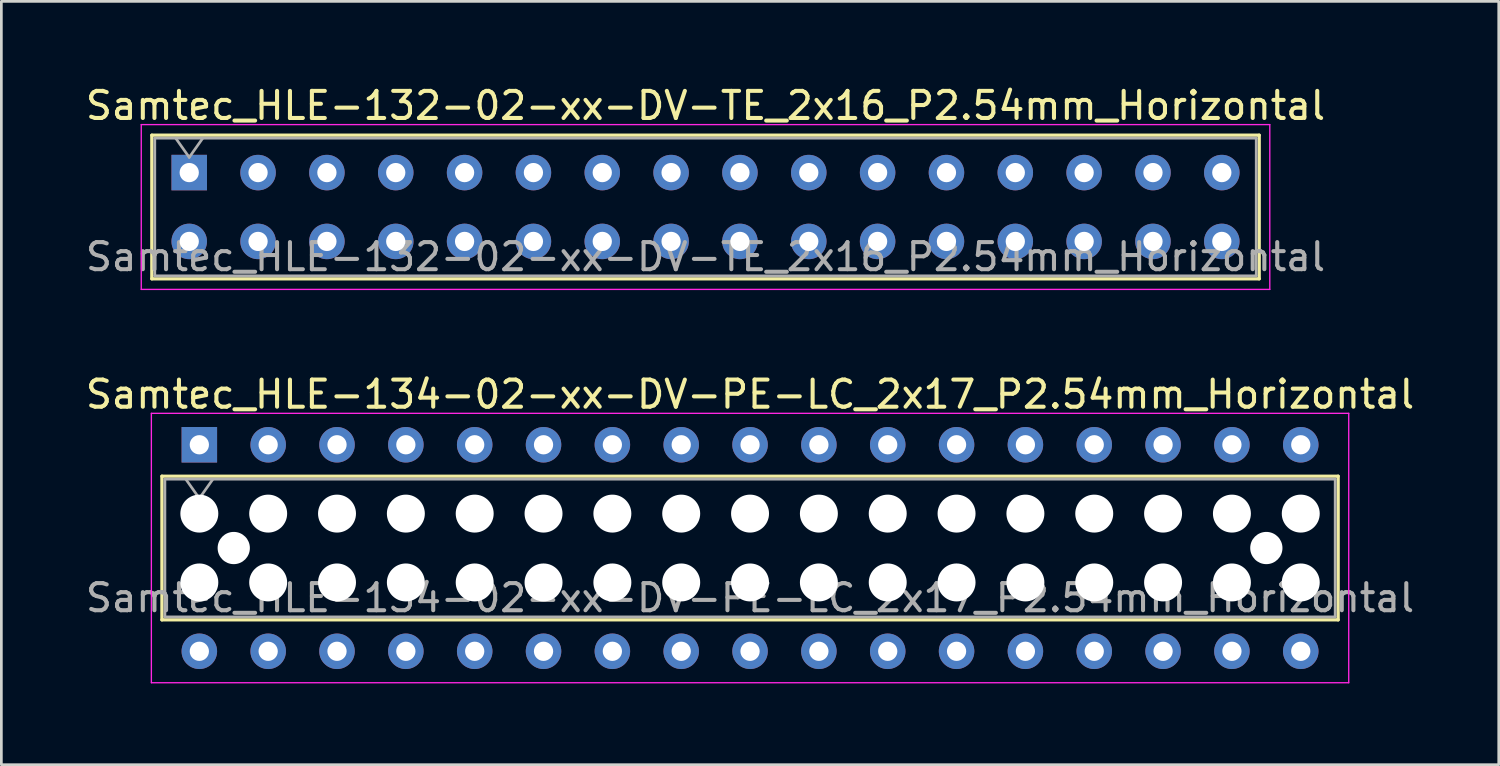
<source format=kicad_pcb>
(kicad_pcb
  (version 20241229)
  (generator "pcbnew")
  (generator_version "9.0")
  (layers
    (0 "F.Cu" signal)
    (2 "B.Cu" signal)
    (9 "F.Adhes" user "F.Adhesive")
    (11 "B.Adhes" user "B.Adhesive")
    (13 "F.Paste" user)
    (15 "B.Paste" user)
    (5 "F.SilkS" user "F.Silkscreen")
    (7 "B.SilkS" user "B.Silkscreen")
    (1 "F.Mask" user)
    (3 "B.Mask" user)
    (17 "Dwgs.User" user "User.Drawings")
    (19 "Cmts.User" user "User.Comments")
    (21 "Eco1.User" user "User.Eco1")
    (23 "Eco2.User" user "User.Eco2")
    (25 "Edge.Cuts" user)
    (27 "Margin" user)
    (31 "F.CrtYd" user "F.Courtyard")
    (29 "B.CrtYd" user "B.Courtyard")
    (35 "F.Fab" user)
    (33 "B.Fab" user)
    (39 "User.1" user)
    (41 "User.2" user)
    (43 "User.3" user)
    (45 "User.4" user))
  (footprint "Samtec_HLE-132-02-xx-DV-TE_2x16_P2.54mm_Horizontal"
    (layer "F.Cu")
    (at 3.932 3.318)
    (property "Reference" "Samtec_HLE-132-02-xx-DV-TE_2x16_P2.54mm_Horizontal" (at 19.05 -2.47 0) (layer "F.SilkS") (effects (font (size 1 1) (thickness 0.15))))
    (attr through_hole)
    (fp_line (start -1.38 -1.38) (end 39.48 -1.38) (stroke (width 0.12) (type solid)) (layer "F.SilkS"))
    (fp_line (start -1.38 3.92) (end -1.38 -1.38) (stroke (width 0.12) (type solid)) (layer "F.SilkS"))
    (fp_line (start 39.48 -1.38) (end 39.48 3.92) (stroke (width 0.12) (type solid)) (layer "F.SilkS"))
    (fp_line (start 39.48 3.92) (end -1.38 3.92) (stroke (width 0.12) (type solid)) (layer "F.SilkS"))
    (fp_line (start -1.77 -1.77) (end 39.87 -1.77) (stroke (width 0.05) (type solid)) (layer "F.CrtYd"))
    (fp_line (start -1.77 4.31) (end -1.77 -1.77) (stroke (width 0.05) (type solid)) (layer "F.CrtYd"))
    (fp_line (start 39.87 -1.77) (end 39.87 4.31) (stroke (width 0.05) (type solid)) (layer "F.CrtYd"))
    (fp_line (start 39.87 4.31) (end -1.77 4.31) (stroke (width 0.05) (type solid)) (layer "F.CrtYd"))
    (fp_line (start -1.27 -1.27) (end 39.37 -1.27) (stroke (width 0.1) (type solid)) (layer "F.Fab"))
    (fp_line (start -1.27 3.81) (end -1.27 -1.27) (stroke (width 0.1) (type solid)) (layer "F.Fab"))
    (fp_line (start -0.5 -1.27) (end 0 -0.563) (stroke (width 0.1) (type solid)) (layer "F.Fab"))
    (fp_line (start 0 -0.563) (end 0.5 -1.27) (stroke (width 0.1) (type solid)) (layer "F.Fab"))
    (fp_line (start 39.37 -1.27) (end 39.37 3.81) (stroke (width 0.1) (type solid)) (layer "F.Fab"))
    (fp_line (start 39.37 3.81) (end -1.27 3.81) (stroke (width 0.1) (type solid)) (layer "F.Fab"))
    (fp_text user "${REFERENCE}" (at 19.05 3.11 0) (layer "F.Fab") (effects (font (size 1 1) (thickness 0.15))))
    (pad "1" thru_hole rect (at 0 0) (size 1.31 1.31) (drill 0.71) (layers "*.Cu" "*.Mask"))
    (pad "2" thru_hole circle (at 0 2.54) (size 1.31 1.31) (drill 0.71) (layers "*.Cu" "*.Mask"))
    (pad "3" thru_hole circle (at 2.54 0) (size 1.31 1.31) (drill 0.71) (layers "*.Cu" "*.Mask"))
    (pad "4" thru_hole circle (at 2.54 2.54) (size 1.31 1.31) (drill 0.71) (layers "*.Cu" "*.Mask"))
    (pad "5" thru_hole circle (at 5.08 0) (size 1.31 1.31) (drill 0.71) (layers "*.Cu" "*.Mask"))
    (pad "6" thru_hole circle (at 5.08 2.54) (size 1.31 1.31) (drill 0.71) (layers "*.Cu" "*.Mask"))
    (pad "7" thru_hole circle (at 7.62 0) (size 1.31 1.31) (drill 0.71) (layers "*.Cu" "*.Mask"))
    (pad "8" thru_hole circle (at 7.62 2.54) (size 1.31 1.31) (drill 0.71) (layers "*.Cu" "*.Mask"))
    (pad "9" thru_hole circle (at 10.16 0) (size 1.31 1.31) (drill 0.71) (layers "*.Cu" "*.Mask"))
    (pad "10" thru_hole circle (at 10.16 2.54) (size 1.31 1.31) (drill 0.71) (layers "*.Cu" "*.Mask"))
    (pad "11" thru_hole circle (at 12.7 0) (size 1.31 1.31) (drill 0.71) (layers "*.Cu" "*.Mask"))
    (pad "12" thru_hole circle (at 12.7 2.54) (size 1.31 1.31) (drill 0.71) (layers "*.Cu" "*.Mask"))
    (pad "13" thru_hole circle (at 15.24 0) (size 1.31 1.31) (drill 0.71) (layers "*.Cu" "*.Mask"))
    (pad "14" thru_hole circle (at 15.24 2.54) (size 1.31 1.31) (drill 0.71) (layers "*.Cu" "*.Mask"))
    (pad "15" thru_hole circle (at 17.78 0) (size 1.31 1.31) (drill 0.71) (layers "*.Cu" "*.Mask"))
    (pad "16" thru_hole circle (at 17.78 2.54) (size 1.31 1.31) (drill 0.71) (layers "*.Cu" "*.Mask"))
    (pad "17" thru_hole circle (at 20.32 0) (size 1.31 1.31) (drill 0.71) (layers "*.Cu" "*.Mask"))
    (pad "18" thru_hole circle (at 20.32 2.54) (size 1.31 1.31) (drill 0.71) (layers "*.Cu" "*.Mask"))
    (pad "19" thru_hole circle (at 22.86 0) (size 1.31 1.31) (drill 0.71) (layers "*.Cu" "*.Mask"))
    (pad "20" thru_hole circle (at 22.86 2.54) (size 1.31 1.31) (drill 0.71) (layers "*.Cu" "*.Mask"))
    (pad "21" thru_hole circle (at 25.4 0) (size 1.31 1.31) (drill 0.71) (layers "*.Cu" "*.Mask"))
    (pad "22" thru_hole circle (at 25.4 2.54) (size 1.31 1.31) (drill 0.71) (layers "*.Cu" "*.Mask"))
    (pad "23" thru_hole circle (at 27.94 0) (size 1.31 1.31) (drill 0.71) (layers "*.Cu" "*.Mask"))
    (pad "24" thru_hole circle (at 27.94 2.54) (size 1.31 1.31) (drill 0.71) (layers "*.Cu" "*.Mask"))
    (pad "25" thru_hole circle (at 30.48 0) (size 1.31 1.31) (drill 0.71) (layers "*.Cu" "*.Mask"))
    (pad "26" thru_hole circle (at 30.48 2.54) (size 1.31 1.31) (drill 0.71) (layers "*.Cu" "*.Mask"))
    (pad "27" thru_hole circle (at 33.02 0) (size 1.31 1.31) (drill 0.71) (layers "*.Cu" "*.Mask"))
    (pad "28" thru_hole circle (at 33.02 2.54) (size 1.31 1.31) (drill 0.71) (layers "*.Cu" "*.Mask"))
    (pad "29" thru_hole circle (at 35.56 0) (size 1.31 1.31) (drill 0.71) (layers "*.Cu" "*.Mask"))
    (pad "30" thru_hole circle (at 35.56 2.54) (size 1.31 1.31) (drill 0.71) (layers "*.Cu" "*.Mask"))
    (pad "31" thru_hole circle (at 38.1 0) (size 1.31 1.31) (drill 0.71) (layers "*.Cu" "*.Mask"))
    (pad "32" thru_hole circle (at 38.1 2.54) (size 1.31 1.31) (drill 0.71) (layers "*.Cu" "*.Mask")))
  (footprint "Samtec_HLE-134-02-xx-DV-PE-LC_2x17_P2.54mm_Horizontal"
    (layer "F.Cu")
    (at 4.305 13.361)
    (property "Reference" "Samtec_HLE-134-02-xx-DV-PE-LC_2x17_P2.54mm_Horizontal" (at 20.32 -1.86 0) (layer "F.SilkS") (effects (font (size 1 1) (thickness 0.15))))
    (attr through_hole)
    (fp_line (start -1.38 1.16) (end 42.02 1.16) (stroke (width 0.12) (type solid)) (layer "F.SilkS"))
    (fp_line (start -1.38 6.46) (end -1.38 1.16) (stroke (width 0.12) (type solid)) (layer "F.SilkS"))
    (fp_line (start 42.02 1.16) (end 42.02 6.46) (stroke (width 0.12) (type solid)) (layer "F.SilkS"))
    (fp_line (start 42.02 6.46) (end -1.38 6.46) (stroke (width 0.12) (type solid)) (layer "F.SilkS"))
    (fp_line (start -1.77 -1.16) (end 42.41 -1.16) (stroke (width 0.05) (type solid)) (layer "F.CrtYd"))
    (fp_line (start -1.77 8.78) (end -1.77 -1.16) (stroke (width 0.05) (type solid)) (layer "F.CrtYd"))
    (fp_line (start 42.41 -1.16) (end 42.41 8.78) (stroke (width 0.05) (type solid)) (layer "F.CrtYd"))
    (fp_line (start 42.41 8.78) (end -1.77 8.78) (stroke (width 0.05) (type solid)) (layer "F.CrtYd"))
    (fp_line (start -1.27 1.27) (end 41.91 1.27) (stroke (width 0.1) (type solid)) (layer "F.Fab"))
    (fp_line (start -1.27 6.35) (end -1.27 1.27) (stroke (width 0.1) (type solid)) (layer "F.Fab"))
    (fp_line (start -0.5 1.27) (end 0 1.977) (stroke (width 0.1) (type solid)) (layer "F.Fab"))
    (fp_line (start 0 1.977) (end 0.5 1.27) (stroke (width 0.1) (type solid)) (layer "F.Fab"))
    (fp_line (start 41.91 1.27) (end 41.91 6.35) (stroke (width 0.1) (type solid)) (layer "F.Fab"))
    (fp_line (start 41.91 6.35) (end -1.27 6.35) (stroke (width 0.1) (type solid)) (layer "F.Fab"))
    (fp_text user "${REFERENCE}" (at 20.32 5.65 0) (layer "F.Fab") (effects (font (size 1 1) (thickness 0.15))))
    (pad "" np_thru_hole circle (at 0 2.54) (size 1.4 1.4) (drill 1.4) (layers "*.Cu" "*.Mask"))
    (pad "" np_thru_hole circle (at 0 5.08) (size 1.4 1.4) (drill 1.4) (layers "*.Cu" "*.Mask"))
    (pad "" np_thru_hole circle (at 1.27 3.81) (size 1.19 1.19) (drill 1.19) (layers "*.Cu" "*.Mask"))
    (pad "" np_thru_hole circle (at 2.54 2.54) (size 1.4 1.4) (drill 1.4) (layers "*.Cu" "*.Mask"))
    (pad "" np_thru_hole circle (at 2.54 5.08) (size 1.4 1.4) (drill 1.4) (layers "*.Cu" "*.Mask"))
    (pad "" np_thru_hole circle (at 5.08 2.54) (size 1.4 1.4) (drill 1.4) (layers "*.Cu" "*.Mask"))
    (pad "" np_thru_hole circle (at 5.08 5.08) (size 1.4 1.4) (drill 1.4) (layers "*.Cu" "*.Mask"))
    (pad "" np_thru_hole circle (at 7.62 2.54) (size 1.4 1.4) (drill 1.4) (layers "*.Cu" "*.Mask"))
    (pad "" np_thru_hole circle (at 7.62 5.08) (size 1.4 1.4) (drill 1.4) (layers "*.Cu" "*.Mask"))
    (pad "" np_thru_hole circle (at 10.16 2.54) (size 1.4 1.4) (drill 1.4) (layers "*.Cu" "*.Mask"))
    (pad "" np_thru_hole circle (at 10.16 5.08) (size 1.4 1.4) (drill 1.4) (layers "*.Cu" "*.Mask"))
    (pad "" np_thru_hole circle (at 12.7 2.54) (size 1.4 1.4) (drill 1.4) (layers "*.Cu" "*.Mask"))
    (pad "" np_thru_hole circle (at 12.7 5.08) (size 1.4 1.4) (drill 1.4) (layers "*.Cu" "*.Mask"))
    (pad "" np_thru_hole circle (at 15.24 2.54) (size 1.4 1.4) (drill 1.4) (layers "*.Cu" "*.Mask"))
    (pad "" np_thru_hole circle (at 15.24 5.08) (size 1.4 1.4) (drill 1.4) (layers "*.Cu" "*.Mask"))
    (pad "" np_thru_hole circle (at 17.78 2.54) (size 1.4 1.4) (drill 1.4) (layers "*.Cu" "*.Mask"))
    (pad "" np_thru_hole circle (at 17.78 5.08) (size 1.4 1.4) (drill 1.4) (layers "*.Cu" "*.Mask"))
    (pad "" np_thru_hole circle (at 20.32 2.54) (size 1.4 1.4) (drill 1.4) (layers "*.Cu" "*.Mask"))
    (pad "" np_thru_hole circle (at 20.32 5.08) (size 1.4 1.4) (drill 1.4) (layers "*.Cu" "*.Mask"))
    (pad "" np_thru_hole circle (at 22.86 2.54) (size 1.4 1.4) (drill 1.4) (layers "*.Cu" "*.Mask"))
    (pad "" np_thru_hole circle (at 22.86 5.08) (size 1.4 1.4) (drill 1.4) (layers "*.Cu" "*.Mask"))
    (pad "" np_thru_hole circle (at 25.4 2.54) (size 1.4 1.4) (drill 1.4) (layers "*.Cu" "*.Mask"))
    (pad "" np_thru_hole circle (at 25.4 5.08) (size 1.4 1.4) (drill 1.4) (layers "*.Cu" "*.Mask"))
    (pad "" np_thru_hole circle (at 27.94 2.54) (size 1.4 1.4) (drill 1.4) (layers "*.Cu" "*.Mask"))
    (pad "" np_thru_hole circle (at 27.94 5.08) (size 1.4 1.4) (drill 1.4) (layers "*.Cu" "*.Mask"))
    (pad "" np_thru_hole circle (at 30.48 2.54) (size 1.4 1.4) (drill 1.4) (layers "*.Cu" "*.Mask"))
    (pad "" np_thru_hole circle (at 30.48 5.08) (size 1.4 1.4) (drill 1.4) (layers "*.Cu" "*.Mask"))
    (pad "" np_thru_hole circle (at 33.02 2.54) (size 1.4 1.4) (drill 1.4) (layers "*.Cu" "*.Mask"))
    (pad "" np_thru_hole circle (at 33.02 5.08) (size 1.4 1.4) (drill 1.4) (layers "*.Cu" "*.Mask"))
    (pad "" np_thru_hole circle (at 35.56 2.54) (size 1.4 1.4) (drill 1.4) (layers "*.Cu" "*.Mask"))
    (pad "" np_thru_hole circle (at 35.56 5.08) (size 1.4 1.4) (drill 1.4) (layers "*.Cu" "*.Mask"))
    (pad "" np_thru_hole circle (at 38.1 2.54) (size 1.4 1.4) (drill 1.4) (layers "*.Cu" "*.Mask"))
    (pad "" np_thru_hole circle (at 38.1 5.08) (size 1.4 1.4) (drill 1.4) (layers "*.Cu" "*.Mask"))
    (pad "" np_thru_hole circle (at 39.37 3.81) (size 1.19 1.19) (drill 1.19) (layers "*.Cu" "*.Mask"))
    (pad "" np_thru_hole circle (at 40.64 2.54) (size 1.4 1.4) (drill 1.4) (layers "*.Cu" "*.Mask"))
    (pad "" np_thru_hole circle (at 40.64 5.08) (size 1.4 1.4) (drill 1.4) (layers "*.Cu" "*.Mask"))
    (pad "1" thru_hole rect (at 0 0) (size 1.31 1.31) (drill 0.71) (layers "*.Cu" "*.Mask"))
    (pad "2" thru_hole circle (at 0 7.62) (size 1.31 1.31) (drill 0.71) (layers "*.Cu" "*.Mask"))
    (pad "3" thru_hole circle (at 2.54 0) (size 1.31 1.31) (drill 0.71) (layers "*.Cu" "*.Mask"))
    (pad "4" thru_hole circle (at 2.54 7.62) (size 1.31 1.31) (drill 0.71) (layers "*.Cu" "*.Mask"))
    (pad "5" thru_hole circle (at 5.08 0) (size 1.31 1.31) (drill 0.71) (layers "*.Cu" "*.Mask"))
    (pad "6" thru_hole circle (at 5.08 7.62) (size 1.31 1.31) (drill 0.71) (layers "*.Cu" "*.Mask"))
    (pad "7" thru_hole circle (at 7.62 0) (size 1.31 1.31) (drill 0.71) (layers "*.Cu" "*.Mask"))
    (pad "8" thru_hole circle (at 7.62 7.62) (size 1.31 1.31) (drill 0.71) (layers "*.Cu" "*.Mask"))
    (pad "9" thru_hole circle (at 10.16 0) (size 1.31 1.31) (drill 0.71) (layers "*.Cu" "*.Mask"))
    (pad "10" thru_hole circle (at 10.16 7.62) (size 1.31 1.31) (drill 0.71) (layers "*.Cu" "*.Mask"))
    (pad "11" thru_hole circle (at 12.7 0) (size 1.31 1.31) (drill 0.71) (layers "*.Cu" "*.Mask"))
    (pad "12" thru_hole circle (at 12.7 7.62) (size 1.31 1.31) (drill 0.71) (layers "*.Cu" "*.Mask"))
    (pad "13" thru_hole circle (at 15.24 0) (size 1.31 1.31) (drill 0.71) (layers "*.Cu" "*.Mask"))
    (pad "14" thru_hole circle (at 15.24 7.62) (size 1.31 1.31) (drill 0.71) (layers "*.Cu" "*.Mask"))
    (pad "15" thru_hole circle (at 17.78 0) (size 1.31 1.31) (drill 0.71) (layers "*.Cu" "*.Mask"))
    (pad "16" thru_hole circle (at 17.78 7.62) (size 1.31 1.31) (drill 0.71) (layers "*.Cu" "*.Mask"))
    (pad "17" thru_hole circle (at 20.32 0) (size 1.31 1.31) (drill 0.71) (layers "*.Cu" "*.Mask"))
    (pad "18" thru_hole circle (at 20.32 7.62) (size 1.31 1.31) (drill 0.71) (layers "*.Cu" "*.Mask"))
    (pad "19" thru_hole circle (at 22.86 0) (size 1.31 1.31) (drill 0.71) (layers "*.Cu" "*.Mask"))
    (pad "20" thru_hole circle (at 22.86 7.62) (size 1.31 1.31) (drill 0.71) (layers "*.Cu" "*.Mask"))
    (pad "21" thru_hole circle (at 25.4 0) (size 1.31 1.31) (drill 0.71) (layers "*.Cu" "*.Mask"))
    (pad "22" thru_hole circle (at 25.4 7.62) (size 1.31 1.31) (drill 0.71) (layers "*.Cu" "*.Mask"))
    (pad "23" thru_hole circle (at 27.94 0) (size 1.31 1.31) (drill 0.71) (layers "*.Cu" "*.Mask"))
    (pad "24" thru_hole circle (at 27.94 7.62) (size 1.31 1.31) (drill 0.71) (layers "*.Cu" "*.Mask"))
    (pad "25" thru_hole circle (at 30.48 0) (size 1.31 1.31) (drill 0.71) (layers "*.Cu" "*.Mask"))
    (pad "26" thru_hole circle (at 30.48 7.62) (size 1.31 1.31) (drill 0.71) (layers "*.Cu" "*.Mask"))
    (pad "27" thru_hole circle (at 33.02 0) (size 1.31 1.31) (drill 0.71) (layers "*.Cu" "*.Mask"))
    (pad "28" thru_hole circle (at 33.02 7.62) (size 1.31 1.31) (drill 0.71) (layers "*.Cu" "*.Mask"))
    (pad "29" thru_hole circle (at 35.56 0) (size 1.31 1.31) (drill 0.71) (layers "*.Cu" "*.Mask"))
    (pad "30" thru_hole circle (at 35.56 7.62) (size 1.31 1.31) (drill 0.71) (layers "*.Cu" "*.Mask"))
    (pad "31" thru_hole circle (at 38.1 0) (size 1.31 1.31) (drill 0.71) (layers "*.Cu" "*.Mask"))
    (pad "32" thru_hole circle (at 38.1 7.62) (size 1.31 1.31) (drill 0.71) (layers "*.Cu" "*.Mask"))
    (pad "33" thru_hole circle (at 40.64 0) (size 1.31 1.31) (drill 0.71) (layers "*.Cu" "*.Mask"))
    (pad "34" thru_hole circle (at 40.64 7.62) (size 1.31 1.31) (drill 0.71) (layers "*.Cu" "*.Mask")))
  (gr_rect
    (start -3 -3)
    (end 52.25 25.166)
    (stroke (width 0.1) (type default))
    (fill no)
    (layer "Edge.Cuts")))
</source>
